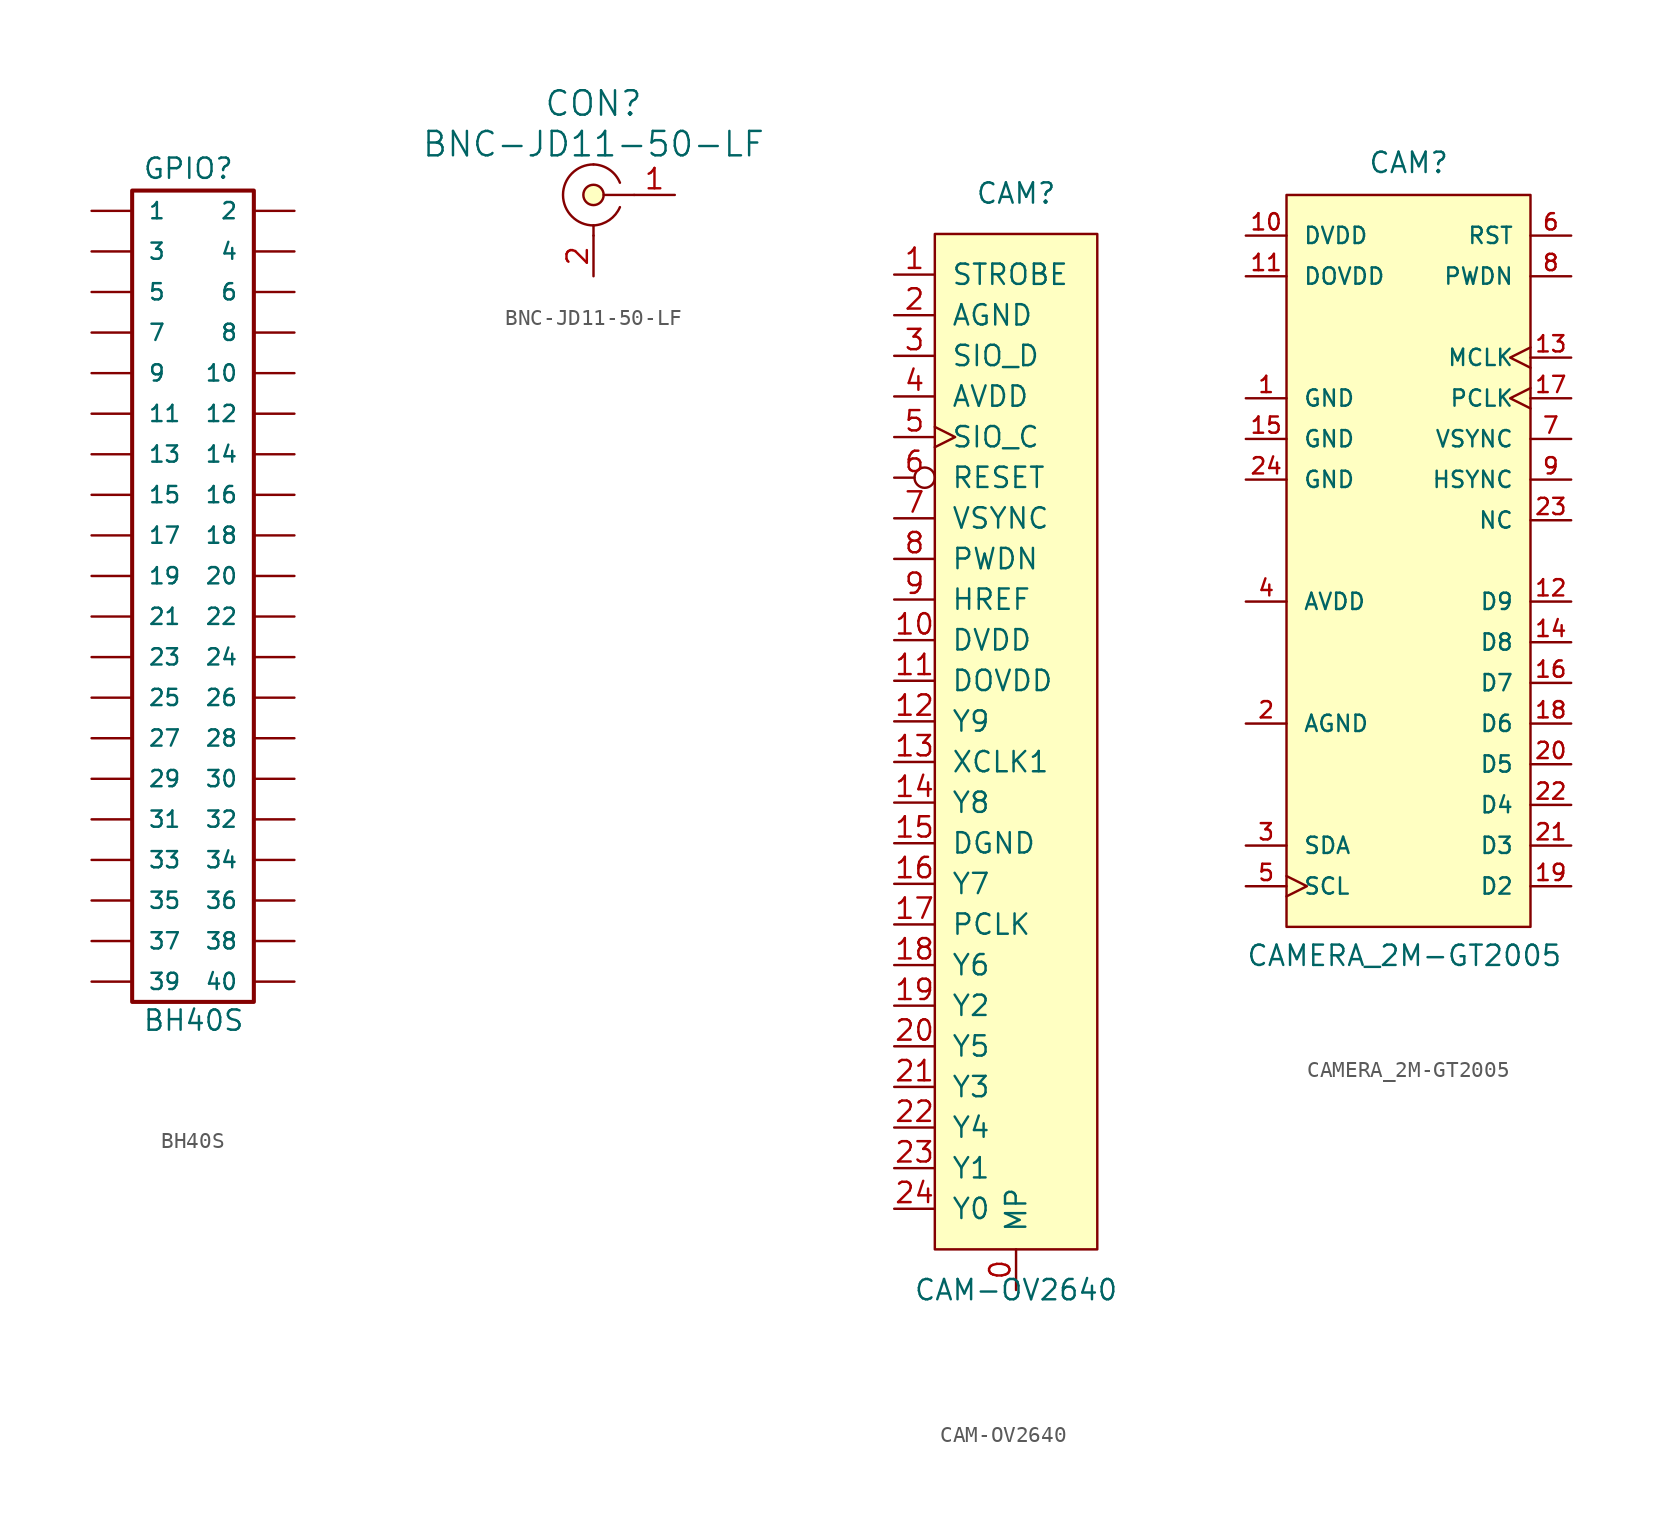
<source format=kicad_sym>
(kicad_symbol_lib
  (version 20211014)
  (generator kicad_symbol_editor)
  (symbol "BH40S"
    (pin_numbers hide)
    (pin_names
      (offset 1.016))
    (property "Reference" "GPIO"
      (at -4.445 27.305 0)
      (effects (font (size 1.27 1.27)) (justify left bottom)))
    (property "Value" "BH40S"
      (at -4.445 -26.035 0)
      (effects (font (size 1.27 1.27)) (justify left bottom)))
    (property "Datasheet" ""
      (at 0 2.54 0)
      (effects (font (size 1.524 1.524))))
    (property "ki_locked" ""
      (at 0 0 0)
      (effects (font (size 1.27 1.27))))
    (symbol "BH40S_1_0"
      (rectangle (start 2.54 -24.13) (end -5.08 26.67) (stroke (width 0.254) (type default) (color 0 0 0 0)) (fill (type none))))
    (symbol "BH40S_1_1"
      (pin passive line (at -7.62 25.4 0) (length 2.489) (name "1" (effects (font (size 1.016 1.016)))) (number "1" (effects (font (size 1.016 1.016)))))
      (pin passive line (at 5.08 15.24 180) (length 2.489) (name "10" (effects (font (size 1.016 1.016)))) (number "10" (effects (font (size 1.016 1.016)))))
      (pin passive line (at -7.62 12.7 0) (length 2.489) (name "11" (effects (font (size 1.016 1.016)))) (number "11" (effects (font (size 1.016 1.016)))))
      (pin passive line (at 5.08 12.7 180) (length 2.489) (name "12" (effects (font (size 1.016 1.016)))) (number "12" (effects (font (size 1.016 1.016)))))
      (pin passive line (at -7.62 10.16 0) (length 2.489) (name "13" (effects (font (size 1.016 1.016)))) (number "13" (effects (font (size 1.016 1.016)))))
      (pin passive line (at 5.08 10.16 180) (length 2.489) (name "14" (effects (font (size 1.016 1.016)))) (number "14" (effects (font (size 1.016 1.016)))))
      (pin passive line (at -7.62 7.62 0) (length 2.489) (name "15" (effects (font (size 1.016 1.016)))) (number "15" (effects (font (size 1.016 1.016)))))
      (pin passive line (at 5.08 7.62 180) (length 2.489) (name "16" (effects (font (size 1.016 1.016)))) (number "16" (effects (font (size 1.016 1.016)))))
      (pin passive line (at -7.62 5.08 0) (length 2.489) (name "17" (effects (font (size 1.016 1.016)))) (number "17" (effects (font (size 1.016 1.016)))))
      (pin passive line (at 5.08 5.08 180) (length 2.489) (name "18" (effects (font (size 1.016 1.016)))) (number "18" (effects (font (size 1.016 1.016)))))
      (pin passive line (at -7.62 2.54 0) (length 2.489) (name "19" (effects (font (size 1.016 1.016)))) (number "19" (effects (font (size 1.016 1.016)))))
      (pin passive line (at 5.08 25.4 180) (length 2.489) (name "2" (effects (font (size 1.016 1.016)))) (number "2" (effects (font (size 1.016 1.016)))))
      (pin passive line (at 5.08 2.54 180) (length 2.489) (name "20" (effects (font (size 1.016 1.016)))) (number "20" (effects (font (size 1.016 1.016)))))
      (pin passive line (at -7.62 0 0) (length 2.489) (name "21" (effects (font (size 1.016 1.016)))) (number "21" (effects (font (size 1.016 1.016)))))
      (pin passive line (at 5.08 0 180) (length 2.489) (name "22" (effects (font (size 1.016 1.016)))) (number "22" (effects (font (size 1.016 1.016)))))
      (pin passive line (at -7.62 -2.54 0) (length 2.489) (name "23" (effects (font (size 1.016 1.016)))) (number "23" (effects (font (size 1.016 1.016)))))
      (pin passive line (at 5.08 -2.54 180) (length 2.489) (name "24" (effects (font (size 1.016 1.016)))) (number "24" (effects (font (size 1.016 1.016)))))
      (pin passive line (at -7.62 -5.08 0) (length 2.489) (name "25" (effects (font (size 1.016 1.016)))) (number "25" (effects (font (size 1.016 1.016)))))
      (pin passive line (at 5.08 -5.08 180) (length 2.489) (name "26" (effects (font (size 1.016 1.016)))) (number "26" (effects (font (size 1.016 1.016)))))
      (pin passive line (at -7.62 -7.62 0) (length 2.489) (name "27" (effects (font (size 1.016 1.016)))) (number "27" (effects (font (size 1.016 1.016)))))
      (pin passive line (at 5.08 -7.62 180) (length 2.489) (name "28" (effects (font (size 1.016 1.016)))) (number "28" (effects (font (size 1.016 1.016)))))
      (pin passive line (at -7.62 -10.16 0) (length 2.489) (name "29" (effects (font (size 1.016 1.016)))) (number "29" (effects (font (size 1.016 1.016)))))
      (pin passive line (at -7.62 22.86 0) (length 2.489) (name "3" (effects (font (size 1.016 1.016)))) (number "3" (effects (font (size 1.016 1.016)))))
      (pin passive line (at 5.08 -10.16 180) (length 2.489) (name "30" (effects (font (size 1.016 1.016)))) (number "30" (effects (font (size 1.016 1.016)))))
      (pin passive line (at -7.62 -12.7 0) (length 2.489) (name "31" (effects (font (size 1.016 1.016)))) (number "31" (effects (font (size 1.016 1.016)))))
      (pin passive line (at 5.08 -12.7 180) (length 2.489) (name "32" (effects (font (size 1.016 1.016)))) (number "32" (effects (font (size 1.016 1.016)))))
      (pin passive line (at -7.62 -15.24 0) (length 2.489) (name "33" (effects (font (size 1.016 1.016)))) (number "33" (effects (font (size 1.016 1.016)))))
      (pin passive line (at 5.08 -15.24 180) (length 2.489) (name "34" (effects (font (size 1.016 1.016)))) (number "34" (effects (font (size 1.016 1.016)))))
      (pin passive line (at -7.62 -17.78 0) (length 2.489) (name "35" (effects (font (size 1.016 1.016)))) (number "35" (effects (font (size 1.016 1.016)))))
      (pin passive line (at 5.08 -17.78 180) (length 2.489) (name "36" (effects (font (size 1.016 1.016)))) (number "36" (effects (font (size 1.016 1.016)))))
      (pin passive line (at -7.62 -20.32 0) (length 2.489) (name "37" (effects (font (size 1.016 1.016)))) (number "37" (effects (font (size 1.016 1.016)))))
      (pin passive line (at 5.08 -20.32 180) (length 2.489) (name "38" (effects (font (size 1.016 1.016)))) (number "38" (effects (font (size 1.016 1.016)))))
      (pin passive line (at -7.62 -22.86 0) (length 2.489) (name "39" (effects (font (size 1.016 1.016)))) (number "39" (effects (font (size 1.016 1.016)))))
      (pin passive line (at 5.08 22.86 180) (length 2.489) (name "4" (effects (font (size 1.016 1.016)))) (number "4" (effects (font (size 1.016 1.016)))))
      (pin passive line (at 5.08 -22.86 180) (length 2.489) (name "40" (effects (font (size 1.016 1.016)))) (number "40" (effects (font (size 1.016 1.016)))))
      (pin passive line (at -7.62 20.32 0) (length 2.489) (name "5" (effects (font (size 1.016 1.016)))) (number "5" (effects (font (size 1.016 1.016)))))
      (pin passive line (at 5.08 20.32 180) (length 2.489) (name "6" (effects (font (size 1.016 1.016)))) (number "6" (effects (font (size 1.016 1.016)))))
      (pin passive line (at -7.62 17.78 0) (length 2.489) (name "7" (effects (font (size 1.016 1.016)))) (number "7" (effects (font (size 1.016 1.016)))))
      (pin passive line (at 5.08 17.78 180) (length 2.489) (name "8" (effects (font (size 1.016 1.016)))) (number "8" (effects (font (size 1.016 1.016)))))
      (pin passive line (at -7.62 15.24 0) (length 2.489) (name "9" (effects (font (size 1.016 1.016)))) (number "9" (effects (font (size 1.016 1.016)))))))
  (symbol "BNC-JD11-50-LF"
    (pin_names
      (offset 1.016))
    (property "Reference" "CON"
      (at 0 5.715 0)
      (effects (font (size 1.524 1.524))))
    (property "Value" "BNC-JD11-50-LF"
      (at 0 3.175 0)
      (effects (font (size 1.524 1.524))))
    (property "Footprint" ""
      (at -1.905 -1.27 0)
      (effects (font (size 1.524 1.524))))
    (property "Datasheet" ""
      (at -1.905 -1.27 0)
      (effects (font (size 1.524 1.524))))
    (symbol "BNC-JD11-50-LF_0_1"
      (arc (start 0 -1.905) (mid 0.9879 -1.5712) (end 1.651 -0.762) (stroke (width 0) (type default) (color 0 0 0 0)) (fill (type none)))
      (polyline (pts (xy 0 -2.54) (xy 0 -1.905)) (stroke (width 0) (type default) (color 0 0 0 0)) (fill (type none)))
      (polyline (pts (xy 2.54 0) (xy 0.635 0)) (stroke (width 0) (type default) (color 0 0 0 0)) (fill (type none)))
      (circle (center 0 0) (radius 0.635) (stroke (width 0) (type default) (color 0 0 0 0)) (fill (type background)))
      (arc (start 0 1.905) (mid -1.905 0) (end 0 -1.905) (stroke (width 0) (type default) (color 0 0 0 0)) (fill (type none)))
      (arc (start 1.651 0.762) (mid 0.9948 1.5811) (end 0 1.905) (stroke (width 0) (type default) (color 0 0 0 0)) (fill (type none))))
    (symbol "BNC-JD11-50-LF_1_1"
      (pin passive line (at 5.08 0 180) (length 2.54) (name "~" (effects (font (size 1.27 1.27)))) (number "1" (effects (font (size 1.27 1.27)))))
      (pin passive line (at 0 -5.08 90) (length 2.54) (name "~" (effects (font (size 1.27 1.27)))) (number "2" (effects (font (size 1.27 1.27)))))))
  (symbol "CAM-OV2640"
    (pin_names
      (offset 1.016))
    (property "Reference" "CAM"
      (at 0 33.02 0)
      (effects (font (size 1.27 1.27))))
    (property "Value" "CAM-OV2640"
      (at 0 -35.56 0)
      (effects (font (size 1.27 1.27))))
    (symbol "CAM-OV2640_0_1"
      (rectangle (start -5.08 30.48) (end 5.08 -33.02) (stroke (width 0) (type default) (color 0 0 0 0)) (fill (type background)))
      (pin input line (at 0 -35.56 90) (length 2.54) (name "MP" (effects (font (size 1.27 1.27)))) (number "0" (effects (font (size 1.27 1.27)))))
      (pin output line (at -7.62 27.94 0) (length 2.54) (name "STROBE" (effects (font (size 1.27 1.27)))) (number "1" (effects (font (size 1.27 1.27)))))
      (pin power_in line (at -7.62 5.08 0) (length 2.54) (name "DVDD" (effects (font (size 1.27 1.27)))) (number "10" (effects (font (size 1.27 1.27)))))
      (pin power_in line (at -7.62 2.54 0) (length 2.54) (name "DOVDD" (effects (font (size 1.27 1.27)))) (number "11" (effects (font (size 1.27 1.27)))))
      (pin output line (at -7.62 0 0) (length 2.54) (name "Y9" (effects (font (size 1.27 1.27)))) (number "12" (effects (font (size 1.27 1.27)))))
      (pin bidirectional line (at -7.62 -2.54 0) (length 2.54) (name "XCLK1" (effects (font (size 1.27 1.27)))) (number "13" (effects (font (size 1.27 1.27)))))
      (pin output line (at -7.62 -5.08 0) (length 2.54) (name "Y8" (effects (font (size 1.27 1.27)))) (number "14" (effects (font (size 1.27 1.27)))))
      (pin power_in line (at -7.62 -7.62 0) (length 2.54) (name "DGND" (effects (font (size 1.27 1.27)))) (number "15" (effects (font (size 1.27 1.27)))))
      (pin output line (at -7.62 -10.16 0) (length 2.54) (name "Y7" (effects (font (size 1.27 1.27)))) (number "16" (effects (font (size 1.27 1.27)))))
      (pin bidirectional line (at -7.62 -12.7 0) (length 2.54) (name "PCLK" (effects (font (size 1.27 1.27)))) (number "17" (effects (font (size 1.27 1.27)))))
      (pin output line (at -7.62 -15.24 0) (length 2.54) (name "Y6" (effects (font (size 1.27 1.27)))) (number "18" (effects (font (size 1.27 1.27)))))
      (pin output line (at -7.62 -17.78 0) (length 2.54) (name "Y2" (effects (font (size 1.27 1.27)))) (number "19" (effects (font (size 1.27 1.27)))))
      (pin power_in line (at -7.62 25.4 0) (length 2.54) (name "AGND" (effects (font (size 1.27 1.27)))) (number "2" (effects (font (size 1.27 1.27)))))
      (pin output line (at -7.62 -20.32 0) (length 2.54) (name "Y5" (effects (font (size 1.27 1.27)))) (number "20" (effects (font (size 1.27 1.27)))))
      (pin output line (at -7.62 -22.86 0) (length 2.54) (name "Y3" (effects (font (size 1.27 1.27)))) (number "21" (effects (font (size 1.27 1.27)))))
      (pin output line (at -7.62 -25.4 0) (length 2.54) (name "Y4" (effects (font (size 1.27 1.27)))) (number "22" (effects (font (size 1.27 1.27)))))
      (pin output line (at -7.62 -27.94 0) (length 2.54) (name "Y1" (effects (font (size 1.27 1.27)))) (number "23" (effects (font (size 1.27 1.27)))))
      (pin output line (at -7.62 -30.48 0) (length 2.54) (name "Y0" (effects (font (size 1.27 1.27)))) (number "24" (effects (font (size 1.27 1.27)))))
      (pin bidirectional line (at -7.62 22.86 0) (length 2.54) (name "SIO_D" (effects (font (size 1.27 1.27)))) (number "3" (effects (font (size 1.27 1.27)))))
      (pin power_in line (at -7.62 20.32 0) (length 2.54) (name "AVDD" (effects (font (size 1.27 1.27)))) (number "4" (effects (font (size 1.27 1.27)))))
      (pin input clock (at -7.62 17.78 0) (length 2.54) (name "SIO_C" (effects (font (size 1.27 1.27)))) (number "5" (effects (font (size 1.27 1.27)))))
      (pin input inverted (at -7.62 15.24 0) (length 2.54) (name "RESET" (effects (font (size 1.27 1.27)))) (number "6" (effects (font (size 1.27 1.27)))))
      (pin bidirectional line (at -7.62 12.7 0) (length 2.54) (name "VSYNC" (effects (font (size 1.27 1.27)))) (number "7" (effects (font (size 1.27 1.27)))))
      (pin input line (at -7.62 10.16 0) (length 2.54) (name "PWDN" (effects (font (size 1.27 1.27)))) (number "8" (effects (font (size 1.27 1.27)))))
      (pin bidirectional line (at -7.62 7.62 0) (length 2.54) (name "HREF" (effects (font (size 1.27 1.27)))) (number "9" (effects (font (size 1.27 1.27)))))))
  (symbol "CAMERA_2M-GT2005"
    (pin_names
      (offset 1.016))
    (property "Reference" "CAM"
      (at -2.54 24.13 0)
      (effects (font (size 1.27 1.27)) (justify left bottom)))
    (property "Value" "CAMERA_2M-GT2005"
      (at -10.16 -25.4 0)
      (effects (font (size 1.27 1.27)) (justify left bottom)))
    (symbol "CAMERA_2M-GT2005_1_0"
      (rectangle (start -7.62 22.86) (end 7.62 -22.86) (stroke (width 0) (type default) (color 0 0 0 0)) (fill (type background))))
    (symbol "CAMERA_2M-GT2005_1_1"
      (pin power_in line (at -10.16 10.16 0) (length 2.54) (name "GND" (effects (font (size 1.016 1.016)))) (number "1" (effects (font (size 1.016 1.016)))))
      (pin power_in line (at -10.16 20.32 0) (length 2.54) (name "DVDD" (effects (font (size 1.016 1.016)))) (number "10" (effects (font (size 1.016 1.016)))))
      (pin power_in line (at -10.16 17.78 0) (length 2.54) (name "DOVDD" (effects (font (size 1.016 1.016)))) (number "11" (effects (font (size 1.016 1.016)))))
      (pin output line (at 10.16 -2.54 180) (length 2.54) (name "D9" (effects (font (size 1.016 1.016)))) (number "12" (effects (font (size 1.016 1.016)))))
      (pin input clock (at 10.16 12.7 180) (length 2.54) (name "MCLK" (effects (font (size 1.016 1.016)))) (number "13" (effects (font (size 1.016 1.016)))))
      (pin output line (at 10.16 -5.08 180) (length 2.54) (name "D8" (effects (font (size 1.016 1.016)))) (number "14" (effects (font (size 1.016 1.016)))))
      (pin power_in line (at -10.16 7.62 0) (length 2.54) (name "GND" (effects (font (size 1.016 1.016)))) (number "15" (effects (font (size 1.016 1.016)))))
      (pin output line (at 10.16 -7.62 180) (length 2.54) (name "D7" (effects (font (size 1.016 1.016)))) (number "16" (effects (font (size 1.016 1.016)))))
      (pin input clock (at 10.16 10.16 180) (length 2.54) (name "PCLK" (effects (font (size 1.016 1.016)))) (number "17" (effects (font (size 1.016 1.016)))))
      (pin output line (at 10.16 -10.16 180) (length 2.54) (name "D6" (effects (font (size 1.016 1.016)))) (number "18" (effects (font (size 1.016 1.016)))))
      (pin output line (at 10.16 -20.32 180) (length 2.54) (name "D2" (effects (font (size 1.016 1.016)))) (number "19" (effects (font (size 1.016 1.016)))))
      (pin power_in line (at -10.16 -10.16 0) (length 2.54) (name "AGND" (effects (font (size 1.016 1.016)))) (number "2" (effects (font (size 1.016 1.016)))))
      (pin output line (at 10.16 -12.7 180) (length 2.54) (name "D5" (effects (font (size 1.016 1.016)))) (number "20" (effects (font (size 1.016 1.016)))))
      (pin output line (at 10.16 -17.78 180) (length 2.54) (name "D3" (effects (font (size 1.016 1.016)))) (number "21" (effects (font (size 1.016 1.016)))))
      (pin output line (at 10.16 -15.24 180) (length 2.54) (name "D4" (effects (font (size 1.016 1.016)))) (number "22" (effects (font (size 1.016 1.016)))))
      (pin input line (at 10.16 2.54 180) (length 2.54) (name "NC" (effects (font (size 1.016 1.016)))) (number "23" (effects (font (size 1.016 1.016)))))
      (pin power_in line (at -10.16 5.08 0) (length 2.54) (name "GND" (effects (font (size 1.016 1.016)))) (number "24" (effects (font (size 1.016 1.016)))))
      (pin bidirectional line (at -10.16 -17.78 0) (length 2.54) (name "SDA" (effects (font (size 1.016 1.016)))) (number "3" (effects (font (size 1.016 1.016)))))
      (pin power_in line (at -10.16 -2.54 0) (length 2.54) (name "AVDD" (effects (font (size 1.016 1.016)))) (number "4" (effects (font (size 1.016 1.016)))))
      (pin input clock (at -10.16 -20.32 0) (length 2.54) (name "SCL" (effects (font (size 1.016 1.016)))) (number "5" (effects (font (size 1.016 1.016)))))
      (pin input line (at 10.16 20.32 180) (length 2.54) (name "RST" (effects (font (size 1.016 1.016)))) (number "6" (effects (font (size 1.016 1.016)))))
      (pin input line (at 10.16 7.62 180) (length 2.54) (name "VSYNC" (effects (font (size 1.016 1.016)))) (number "7" (effects (font (size 1.016 1.016)))))
      (pin input line (at 10.16 17.78 180) (length 2.54) (name "PWDN" (effects (font (size 1.016 1.016)))) (number "8" (effects (font (size 1.016 1.016)))))
      (pin input line (at 10.16 5.08 180) (length 2.54) (name "HSYNC" (effects (font (size 1.016 1.016)))) (number "9" (effects (font (size 1.016 1.016))))))))
</source>
